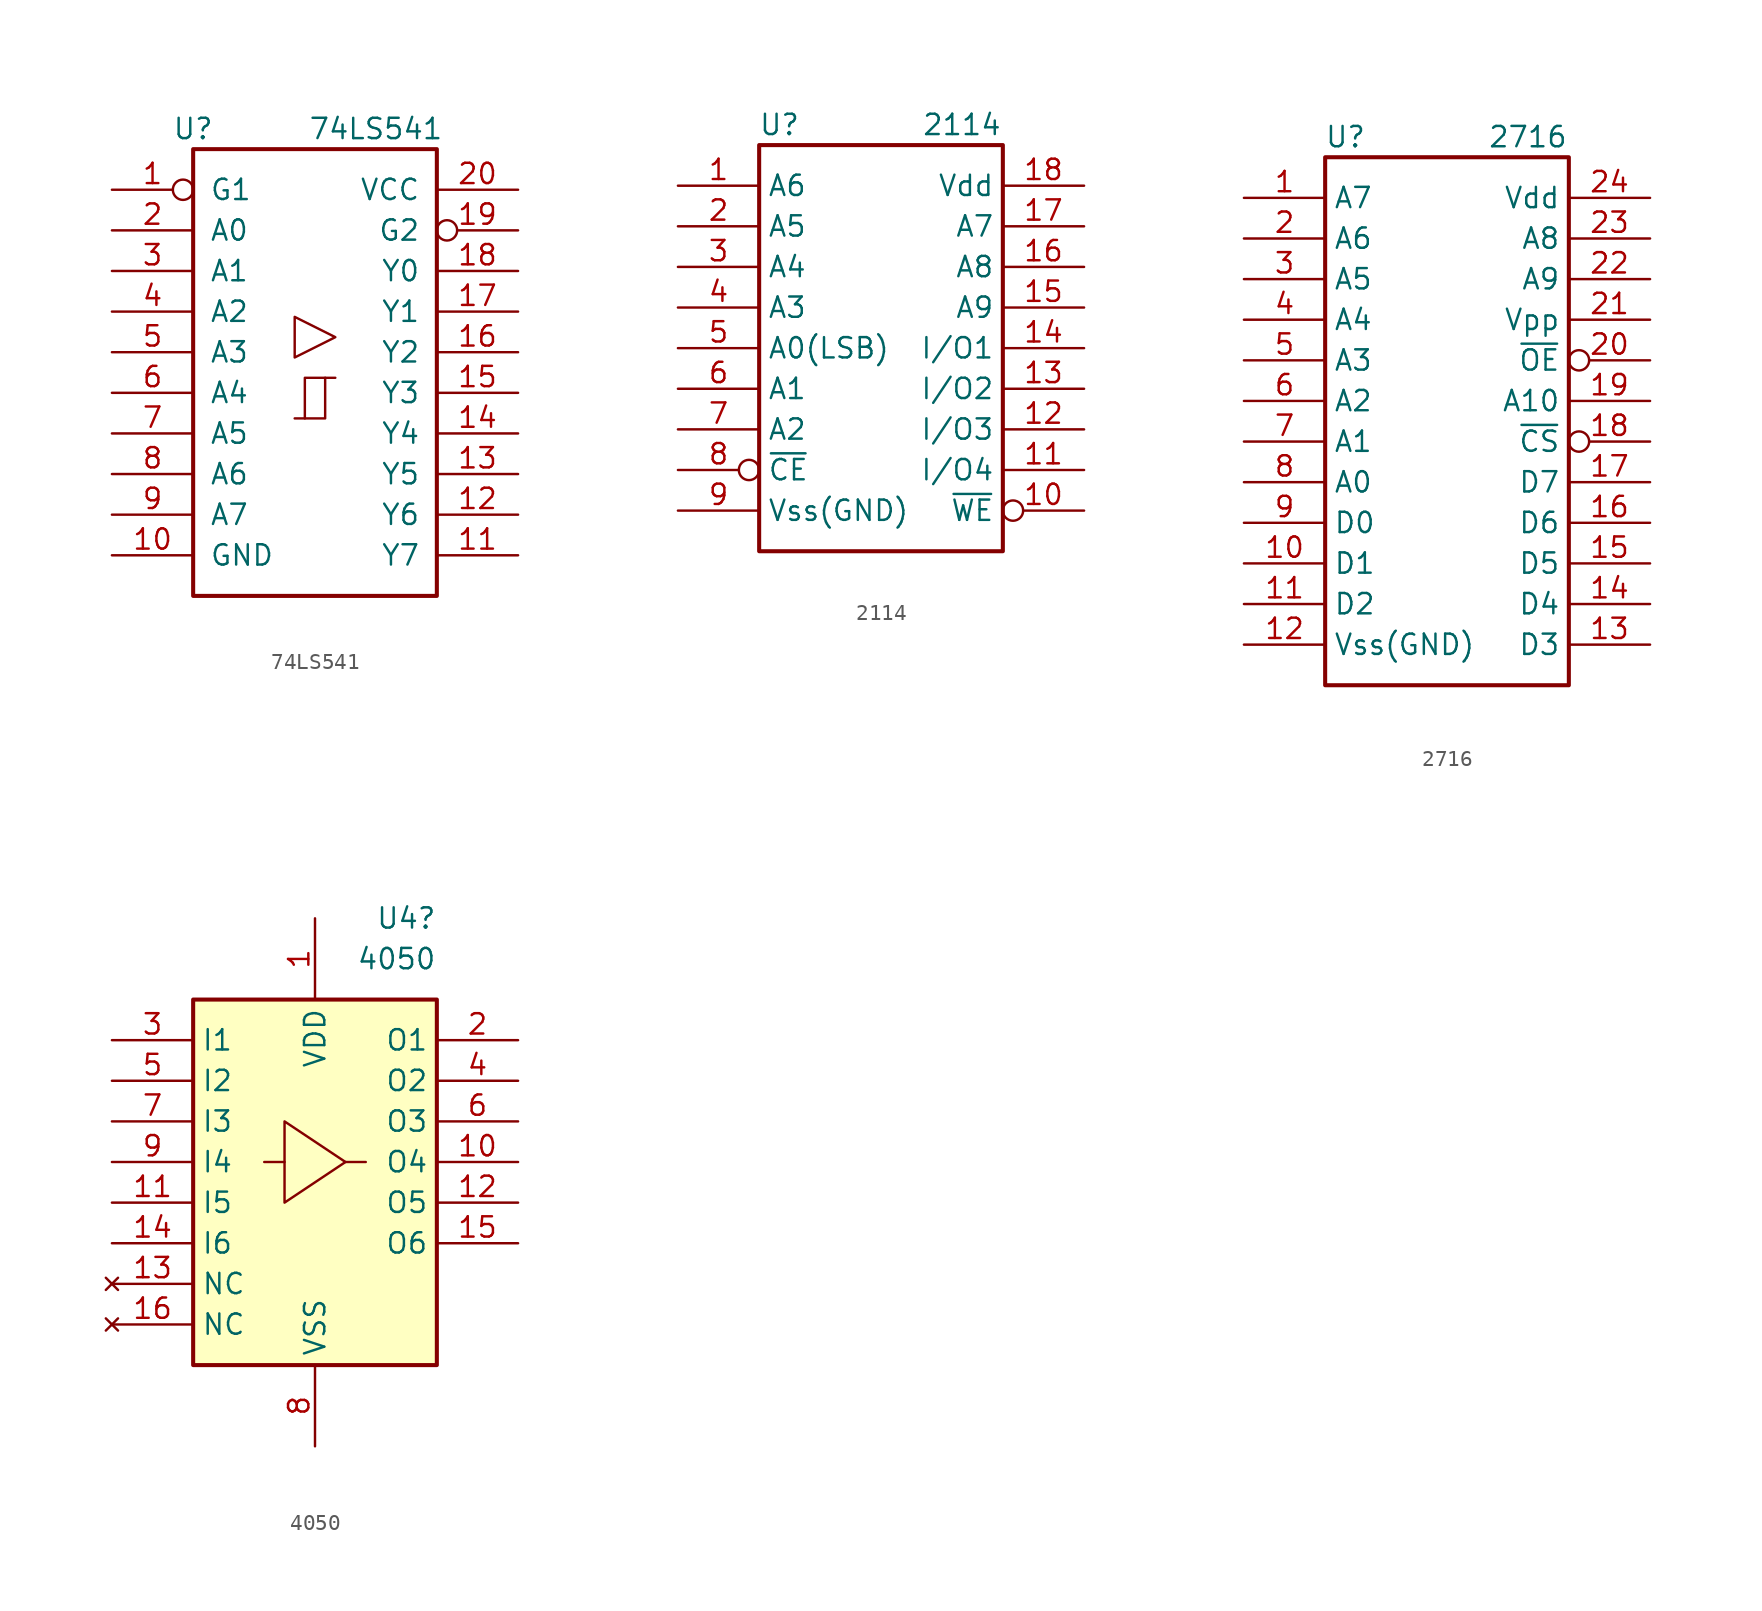
<source format=kicad_sym>
(kicad_symbol_lib
  (version 20241209)
  (generator "kicad_symbol_editor")
  (generator_version "9.0")
  (symbol "74LS541"
    (pin_names
      (offset 1.016))
    (property "Reference" "U"
      (at -7.62 15.24 0)
      (effects (font (size 1.27 1.27))))
    (property "Value" "74LS541"
      (at 3.81 15.24 0)
      (effects (font (size 1.27 1.27))))
    (symbol "74LS541_1_0"
      (polyline (pts (xy -1.27 -2.87) (xy 0.635 -2.87) (xy 0.635 -0.33) (xy 1.27 -0.33)) (stroke (width 0) (type default)) (fill (type none)))
      (polyline (pts (xy -0.635 -2.87) (xy -0.635 -0.33) (xy 0.635 -0.33)) (stroke (width 0) (type default)) (fill (type none)))
      (polyline (pts (xy 1.27 2.21) (xy -1.27 3.48) (xy -1.27 0.94) (xy 1.27 2.21)) (stroke (width 0.152) (type default)) (fill (type none)))
      (pin input inverted (at -12.7 11.43 0) (length 5.08) (name "G1" (effects (font (size 1.27 1.27)))) (number "1" (effects (font (size 1.27 1.27)))))
      (pin input line (at -12.7 8.89 0) (length 5.08) (name "A0" (effects (font (size 1.27 1.27)))) (number "2" (effects (font (size 1.27 1.27)))))
      (pin input line (at -12.7 6.35 0) (length 5.08) (name "A1" (effects (font (size 1.27 1.27)))) (number "3" (effects (font (size 1.27 1.27)))))
      (pin input line (at -12.7 3.81 0) (length 5.08) (name "A2" (effects (font (size 1.27 1.27)))) (number "4" (effects (font (size 1.27 1.27)))))
      (pin input line (at -12.7 1.27 0) (length 5.08) (name "A3" (effects (font (size 1.27 1.27)))) (number "5" (effects (font (size 1.27 1.27)))))
      (pin input line (at -12.7 -1.27 0) (length 5.08) (name "A4" (effects (font (size 1.27 1.27)))) (number "6" (effects (font (size 1.27 1.27)))))
      (pin input line (at -12.7 -3.81 0) (length 5.08) (name "A5" (effects (font (size 1.27 1.27)))) (number "7" (effects (font (size 1.27 1.27)))))
      (pin input line (at -12.7 -6.35 0) (length 5.08) (name "A6" (effects (font (size 1.27 1.27)))) (number "8" (effects (font (size 1.27 1.27)))))
      (pin input line (at -12.7 -8.89 0) (length 5.08) (name "A7" (effects (font (size 1.27 1.27)))) (number "9" (effects (font (size 1.27 1.27)))))
      (pin power_in line (at -12.7 -11.43 0) (length 5.08) (name "GND" (effects (font (size 1.27 1.27)))) (number "10" (effects (font (size 1.27 1.27)))))
      (pin power_in line (at 12.7 11.43 180) (length 5.08) (name "VCC" (effects (font (size 1.27 1.27)))) (number "20" (effects (font (size 1.27 1.27)))))
      (pin input inverted (at 12.7 8.89 180) (length 5.08) (name "G2" (effects (font (size 1.27 1.27)))) (number "19" (effects (font (size 1.27 1.27)))))
      (pin tri_state line (at 12.7 6.35 180) (length 5.08) (name "Y0" (effects (font (size 1.27 1.27)))) (number "18" (effects (font (size 1.27 1.27)))))
      (pin tri_state line (at 12.7 3.81 180) (length 5.08) (name "Y1" (effects (font (size 1.27 1.27)))) (number "17" (effects (font (size 1.27 1.27)))))
      (pin tri_state line (at 12.7 1.27 180) (length 5.08) (name "Y2" (effects (font (size 1.27 1.27)))) (number "16" (effects (font (size 1.27 1.27)))))
      (pin tri_state line (at 12.7 -1.27 180) (length 5.08) (name "Y3" (effects (font (size 1.27 1.27)))) (number "15" (effects (font (size 1.27 1.27)))))
      (pin tri_state line (at 12.7 -3.81 180) (length 5.08) (name "Y4" (effects (font (size 1.27 1.27)))) (number "14" (effects (font (size 1.27 1.27)))))
      (pin tri_state line (at 12.7 -6.35 180) (length 5.08) (name "Y5" (effects (font (size 1.27 1.27)))) (number "13" (effects (font (size 1.27 1.27)))))
      (pin tri_state line (at 12.7 -8.89 180) (length 5.08) (name "Y6" (effects (font (size 1.27 1.27)))) (number "12" (effects (font (size 1.27 1.27)))))
      (pin tri_state line (at 12.7 -11.43 180) (length 5.08) (name "Y7" (effects (font (size 1.27 1.27)))) (number "11" (effects (font (size 1.27 1.27))))))
    (symbol "74LS541_1_1"
      (rectangle (start -7.62 13.97) (end 7.62 -13.97) (stroke (width 0.254) (type default)) (fill (type none)))))
  (symbol "2114"
    (property "Reference" "U"
      (at -6.35 24.13 0)
      (effects (font (size 1.27 1.27))))
    (property "Value" "2114"
      (at 2.54 24.13 0)
      (effects (font (size 1.27 1.27)) (justify left)))
    (symbol "2114_1_1"
      (rectangle (start -7.62 22.86) (end 7.62 -2.54) (stroke (width 0.254) (type default)) (fill (type none)))
      (pin input line (at -12.7 20.32 0) (length 5.08) (name "A6" (effects (font (size 1.27 1.27)))) (number "1" (effects (font (size 1.27 1.27)))))
      (pin input line (at -12.7 17.78 0) (length 5.08) (name "A5" (effects (font (size 1.27 1.27)))) (number "2" (effects (font (size 1.27 1.27)))))
      (pin input line (at -12.7 15.24 0) (length 5.08) (name "A4" (effects (font (size 1.27 1.27)))) (number "3" (effects (font (size 1.27 1.27)))))
      (pin input line (at -12.7 12.7 0) (length 5.08) (name "A3" (effects (font (size 1.27 1.27)))) (number "4" (effects (font (size 1.27 1.27)))))
      (pin input line (at -12.7 10.16 0) (length 5.08) (name "A0(LSB)" (effects (font (size 1.27 1.27)))) (number "5" (effects (font (size 1.27 1.27)))))
      (pin input line (at -12.7 7.62 0) (length 5.08) (name "A1" (effects (font (size 1.27 1.27)))) (number "6" (effects (font (size 1.27 1.27)))))
      (pin input line (at -12.7 5.08 0) (length 5.08) (name "A2" (effects (font (size 1.27 1.27)))) (number "7" (effects (font (size 1.27 1.27)))))
      (pin input inverted (at -12.7 2.54 0) (length 5.08) (name "~{CE}" (effects (font (size 1.27 1.27)))) (number "8" (effects (font (size 1.27 1.27)))))
      (pin power_in line (at -12.7 0 0) (length 5.08) (name "Vss(GND)" (effects (font (size 1.27 1.27)))) (number "9" (effects (font (size 1.27 1.27)))))
      (pin power_in line (at 12.7 20.32 180) (length 5.08) (name "Vdd" (effects (font (size 1.27 1.27)))) (number "18" (effects (font (size 1.27 1.27)))))
      (pin input line (at 12.7 17.78 180) (length 5.08) (name "A7" (effects (font (size 1.27 1.27)))) (number "17" (effects (font (size 1.27 1.27)))))
      (pin input line (at 12.7 15.24 180) (length 5.08) (name "A8" (effects (font (size 1.27 1.27)))) (number "16" (effects (font (size 1.27 1.27)))))
      (pin input line (at 12.7 12.7 180) (length 5.08) (name "A9" (effects (font (size 1.27 1.27)))) (number "15" (effects (font (size 1.27 1.27)))))
      (pin tri_state line (at 12.7 10.16 180) (length 5.08) (name "I/O1" (effects (font (size 1.27 1.27)))) (number "14" (effects (font (size 1.27 1.27)))))
      (pin tri_state line (at 12.7 7.62 180) (length 5.08) (name "I/O2" (effects (font (size 1.27 1.27)))) (number "13" (effects (font (size 1.27 1.27)))))
      (pin tri_state line (at 12.7 5.08 180) (length 5.08) (name "I/O3" (effects (font (size 1.27 1.27)))) (number "12" (effects (font (size 1.27 1.27)))))
      (pin tri_state line (at 12.7 2.54 180) (length 5.08) (name "I/O4" (effects (font (size 1.27 1.27)))) (number "11" (effects (font (size 1.27 1.27)))))
      (pin input inverted (at 12.7 0 180) (length 5.08) (name "~{WE}" (effects (font (size 1.27 1.27)))) (number "10" (effects (font (size 1.27 1.27)))))))
  (symbol "2716"
    (property "Reference" "U"
      (at -6.35 24.13 0)
      (effects (font (size 1.27 1.27))))
    (property "Value" "2716"
      (at 2.54 24.13 0)
      (effects (font (size 1.27 1.27)) (justify left)))
    (symbol "2716_1_1"
      (rectangle (start -7.62 22.86) (end 7.62 -10.16) (stroke (width 0.254) (type default)) (fill (type none)))
      (pin input line (at -12.7 20.32 0) (length 5.08) (name "A7" (effects (font (size 1.27 1.27)))) (number "1" (effects (font (size 1.27 1.27)))))
      (pin input line (at -12.7 17.78 0) (length 5.08) (name "A6" (effects (font (size 1.27 1.27)))) (number "2" (effects (font (size 1.27 1.27)))))
      (pin input line (at -12.7 15.24 0) (length 5.08) (name "A5" (effects (font (size 1.27 1.27)))) (number "3" (effects (font (size 1.27 1.27)))))
      (pin input line (at -12.7 12.7 0) (length 5.08) (name "A4" (effects (font (size 1.27 1.27)))) (number "4" (effects (font (size 1.27 1.27)))))
      (pin input line (at -12.7 10.16 0) (length 5.08) (name "A3" (effects (font (size 1.27 1.27)))) (number "5" (effects (font (size 1.27 1.27)))))
      (pin input line (at -12.7 7.62 0) (length 5.08) (name "A2" (effects (font (size 1.27 1.27)))) (number "6" (effects (font (size 1.27 1.27)))))
      (pin input line (at -12.7 5.08 0) (length 5.08) (name "A1" (effects (font (size 1.27 1.27)))) (number "7" (effects (font (size 1.27 1.27)))))
      (pin input line (at -12.7 2.54 0) (length 5.08) (name "A0" (effects (font (size 1.27 1.27)))) (number "8" (effects (font (size 1.27 1.27)))))
      (pin tri_state line (at -12.7 0 0) (length 5.08) (name "D0" (effects (font (size 1.27 1.27)))) (number "9" (effects (font (size 1.27 1.27)))))
      (pin tri_state line (at -12.7 -2.54 0) (length 5.08) (name "D1" (effects (font (size 1.27 1.27)))) (number "10" (effects (font (size 1.27 1.27)))))
      (pin tri_state line (at -12.7 -5.08 0) (length 5.08) (name "D2" (effects (font (size 1.27 1.27)))) (number "11" (effects (font (size 1.27 1.27)))))
      (pin power_in line (at -12.7 -7.62 0) (length 5.08) (name "Vss(GND)" (effects (font (size 1.27 1.27)))) (number "12" (effects (font (size 1.27 1.27)))))
      (pin power_in line (at 12.7 20.32 180) (length 5.08) (name "Vdd" (effects (font (size 1.27 1.27)))) (number "24" (effects (font (size 1.27 1.27)))))
      (pin input line (at 12.7 17.78 180) (length 5.08) (name "A8" (effects (font (size 1.27 1.27)))) (number "23" (effects (font (size 1.27 1.27)))))
      (pin input line (at 12.7 15.24 180) (length 5.08) (name "A9" (effects (font (size 1.27 1.27)))) (number "22" (effects (font (size 1.27 1.27)))))
      (pin power_in line (at 12.7 12.7 180) (length 5.08) (name "Vpp" (effects (font (size 1.27 1.27)))) (number "21" (effects (font (size 1.27 1.27)))))
      (pin input inverted (at 12.7 10.16 180) (length 5.08) (name "~{OE}" (effects (font (size 1.27 1.27)))) (number "20" (effects (font (size 1.27 1.27)))))
      (pin input line (at 12.7 7.62 180) (length 5.08) (name "A10" (effects (font (size 1.27 1.27)))) (number "19" (effects (font (size 1.27 1.27)))))
      (pin input inverted (at 12.7 5.08 180) (length 5.08) (name "~{CS}" (effects (font (size 1.27 1.27)))) (number "18" (effects (font (size 1.27 1.27)))))
      (pin tri_state line (at 12.7 2.54 180) (length 5.08) (name "D7" (effects (font (size 1.27 1.27)))) (number "17" (effects (font (size 1.27 1.27)))))
      (pin tri_state line (at 12.7 0 180) (length 5.08) (name "D6" (effects (font (size 1.27 1.27)))) (number "16" (effects (font (size 1.27 1.27)))))
      (pin tri_state line (at 12.7 -2.54 180) (length 5.08) (name "D5" (effects (font (size 1.27 1.27)))) (number "15" (effects (font (size 1.27 1.27)))))
      (pin tri_state line (at 12.7 -5.08 180) (length 5.08) (name "D4" (effects (font (size 1.27 1.27)))) (number "14" (effects (font (size 1.27 1.27)))))
      (pin tri_state line (at 12.7 -7.62 180) (length 5.08) (name "D3" (effects (font (size 1.27 1.27)))) (number "13" (effects (font (size 1.27 1.27)))))))
  (symbol "4050"
    (property "Reference" "U4"
      (at 7.62 15.24 0)
      (effects (font (size 1.27 1.27)) (justify right)))
    (property "Value" "4050"
      (at 7.62 12.7 0)
      (effects (font (size 1.27 1.27)) (justify right)))
    (symbol "4050_1_0"
      (pin input line (at -12.7 7.62 0) (length 5.08) (name "I1" (effects (font (size 1.27 1.27)))) (number "3" (effects (font (size 1.27 1.27)))))
      (pin input line (at -12.7 5.08 0) (length 5.08) (name "I2" (effects (font (size 1.27 1.27)))) (number "5" (effects (font (size 1.27 1.27)))))
      (pin input line (at -12.7 2.54 0) (length 5.08) (name "I3" (effects (font (size 1.27 1.27)))) (number "7" (effects (font (size 1.27 1.27)))))
      (pin input line (at -12.7 0 0) (length 5.08) (name "I4" (effects (font (size 1.27 1.27)))) (number "9" (effects (font (size 1.27 1.27)))))
      (pin input line (at -12.7 -2.54 0) (length 5.08) (name "I5" (effects (font (size 1.27 1.27)))) (number "11" (effects (font (size 1.27 1.27)))))
      (pin input line (at -12.7 -5.08 0) (length 5.08) (name "I6" (effects (font (size 1.27 1.27)))) (number "14" (effects (font (size 1.27 1.27)))))
      (pin no_connect line (at -12.7 -7.62 0) (length 5.08) (name "NC" (effects (font (size 1.27 1.27)))) (number "13" (effects (font (size 1.27 1.27)))))
      (pin no_connect line (at -12.7 -10.16 0) (length 5.08) (name "NC" (effects (font (size 1.27 1.27)))) (number "16" (effects (font (size 1.27 1.27)))))
      (pin power_in line (at 0 15.24 270) (length 5.08) (name "VDD" (effects (font (size 1.27 1.27)))) (number "1" (effects (font (size 1.27 1.27)))))
      (pin power_in line (at 0 -17.78 90) (length 5.08) (name "VSS" (effects (font (size 1.27 1.27)))) (number "8" (effects (font (size 1.27 1.27)))))
      (pin output line (at 12.7 7.62 180) (length 5.08) (name "O1" (effects (font (size 1.27 1.27)))) (number "2" (effects (font (size 1.27 1.27)))))
      (pin output line (at 12.7 5.08 180) (length 5.08) (name "O2" (effects (font (size 1.27 1.27)))) (number "4" (effects (font (size 1.27 1.27)))))
      (pin output line (at 12.7 2.54 180) (length 5.08) (name "O3" (effects (font (size 1.27 1.27)))) (number "6" (effects (font (size 1.27 1.27)))))
      (pin output line (at 12.7 0 180) (length 5.08) (name "O4" (effects (font (size 1.27 1.27)))) (number "10" (effects (font (size 1.27 1.27)))))
      (pin output line (at 12.7 -2.54 180) (length 5.08) (name "O5" (effects (font (size 1.27 1.27)))) (number "12" (effects (font (size 1.27 1.27)))))
      (pin output line (at 12.7 -5.08 180) (length 5.08) (name "O6" (effects (font (size 1.27 1.27)))) (number "15" (effects (font (size 1.27 1.27))))))
    (symbol "4050_1_1"
      (rectangle (start -7.62 10.16) (end 7.62 -12.7) (stroke (width 0.254) (type default)) (fill (type background)))
      (polyline (pts (xy -1.905 0) (xy -3.175 0)) (stroke (width 0) (type default)) (fill (type none)))
      (polyline (pts (xy 1.905 0) (xy 3.175 0)) (stroke (width 0) (type default)) (fill (type none)))
      (polyline (pts (xy 1.905 0) (xy -1.905 2.54) (xy -1.905 -2.54) (xy 1.905 0)) (stroke (width 0) (type default)) (fill (type none))))))
</source>
